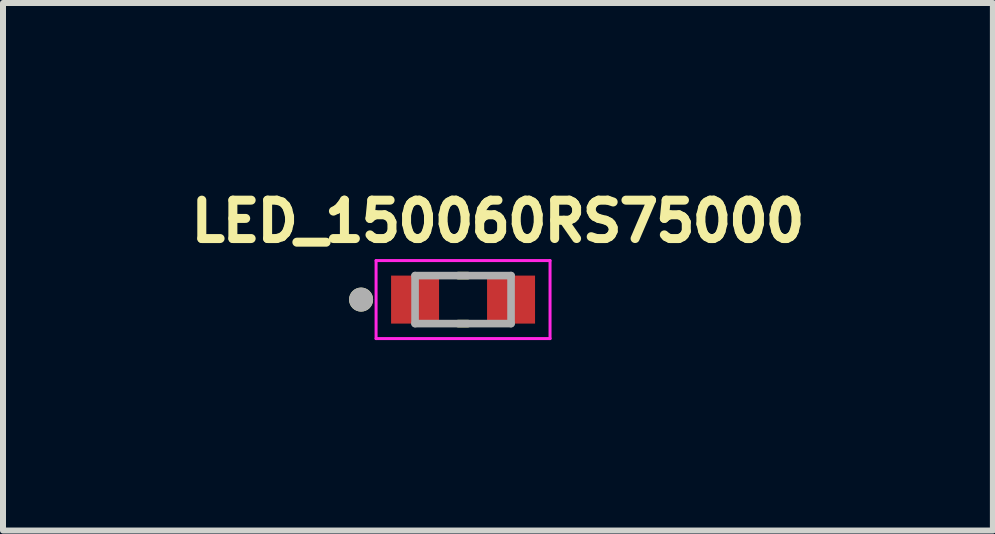
<source format=kicad_pcb>
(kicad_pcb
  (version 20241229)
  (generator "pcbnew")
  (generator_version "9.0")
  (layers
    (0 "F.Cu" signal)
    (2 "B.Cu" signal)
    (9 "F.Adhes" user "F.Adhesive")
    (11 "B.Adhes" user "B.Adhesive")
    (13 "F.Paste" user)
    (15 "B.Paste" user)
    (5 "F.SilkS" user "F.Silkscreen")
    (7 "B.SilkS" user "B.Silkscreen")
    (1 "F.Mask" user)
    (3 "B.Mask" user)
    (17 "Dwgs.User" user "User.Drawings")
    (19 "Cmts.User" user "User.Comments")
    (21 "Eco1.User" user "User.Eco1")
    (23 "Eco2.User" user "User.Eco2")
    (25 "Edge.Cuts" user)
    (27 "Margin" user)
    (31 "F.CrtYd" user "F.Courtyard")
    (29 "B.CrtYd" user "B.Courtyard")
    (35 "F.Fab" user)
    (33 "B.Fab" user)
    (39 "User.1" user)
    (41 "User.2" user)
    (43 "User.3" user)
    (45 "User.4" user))
  (footprint "LED_150060RS75000"
    (layer "F.Cu")
    (at 4.669 2.544)
    (property "Reference" "LED_150060RS75000" (at 0.582 -1.906 0) (layer "F.SilkS") (effects (font (size 0.64 0.64) (thickness 0.15))))
    (attr smd)
    (fp_line (start -0.08 -1) (end 0.08 -1) (stroke (width 0.127) (type solid)) (layer "F.SilkS"))
    (fp_line (start -0.08 -0.2) (end 0.08 -0.2) (stroke (width 0.127) (type solid)) (layer "F.SilkS"))
    (fp_circle (center -1.7 -0.6) (end -1.6 -0.6) (stroke (width 0.2) (type solid)) (fill no) (layer "F.SilkS"))
    (fp_line (start -1.45 -1.25) (end -1.45 0.05) (stroke (width 0.05) (type solid)) (layer "F.CrtYd"))
    (fp_line (start -1.45 0.05) (end 1.45 0.05) (stroke (width 0.05) (type solid)) (layer "F.CrtYd"))
    (fp_line (start 1.45 -1.25) (end -1.45 -1.25) (stroke (width 0.05) (type solid)) (layer "F.CrtYd"))
    (fp_line (start 1.45 0.05) (end 1.45 -1.25) (stroke (width 0.05) (type solid)) (layer "F.CrtYd"))
    (fp_line (start -0.8 -1) (end -0.8 -0.2) (stroke (width 0.127) (type solid)) (layer "F.Fab"))
    (fp_line (start -0.8 -1) (end 0.8 -1) (stroke (width 0.127) (type solid)) (layer "F.Fab"))
    (fp_line (start -0.8 -0.2) (end 0.8 -0.2) (stroke (width 0.127) (type solid)) (layer "F.Fab"))
    (fp_line (start 0.8 -1) (end 0.8 -0.2) (stroke (width 0.127) (type solid)) (layer "F.Fab"))
    (fp_circle (center -1.7 -0.6) (end -1.6 -0.6) (stroke (width 0.2) (type solid)) (fill no) (layer "F.Fab"))
    (pad "1" smd rect (at -0.8 -0.6) (size 0.8 0.8) (layers "F.Cu" "F.Mask" "F.Paste"))
    (pad "2" smd rect (at 0.8 -0.6) (size 0.8 0.8) (layers "F.Cu" "F.Mask" "F.Paste")))
  (gr_rect
    (start -3 -3)
    (end 13.501 5.794)
    (stroke (width 0.1) (type default))
    (fill no)
    (layer "Edge.Cuts")))
</source>
